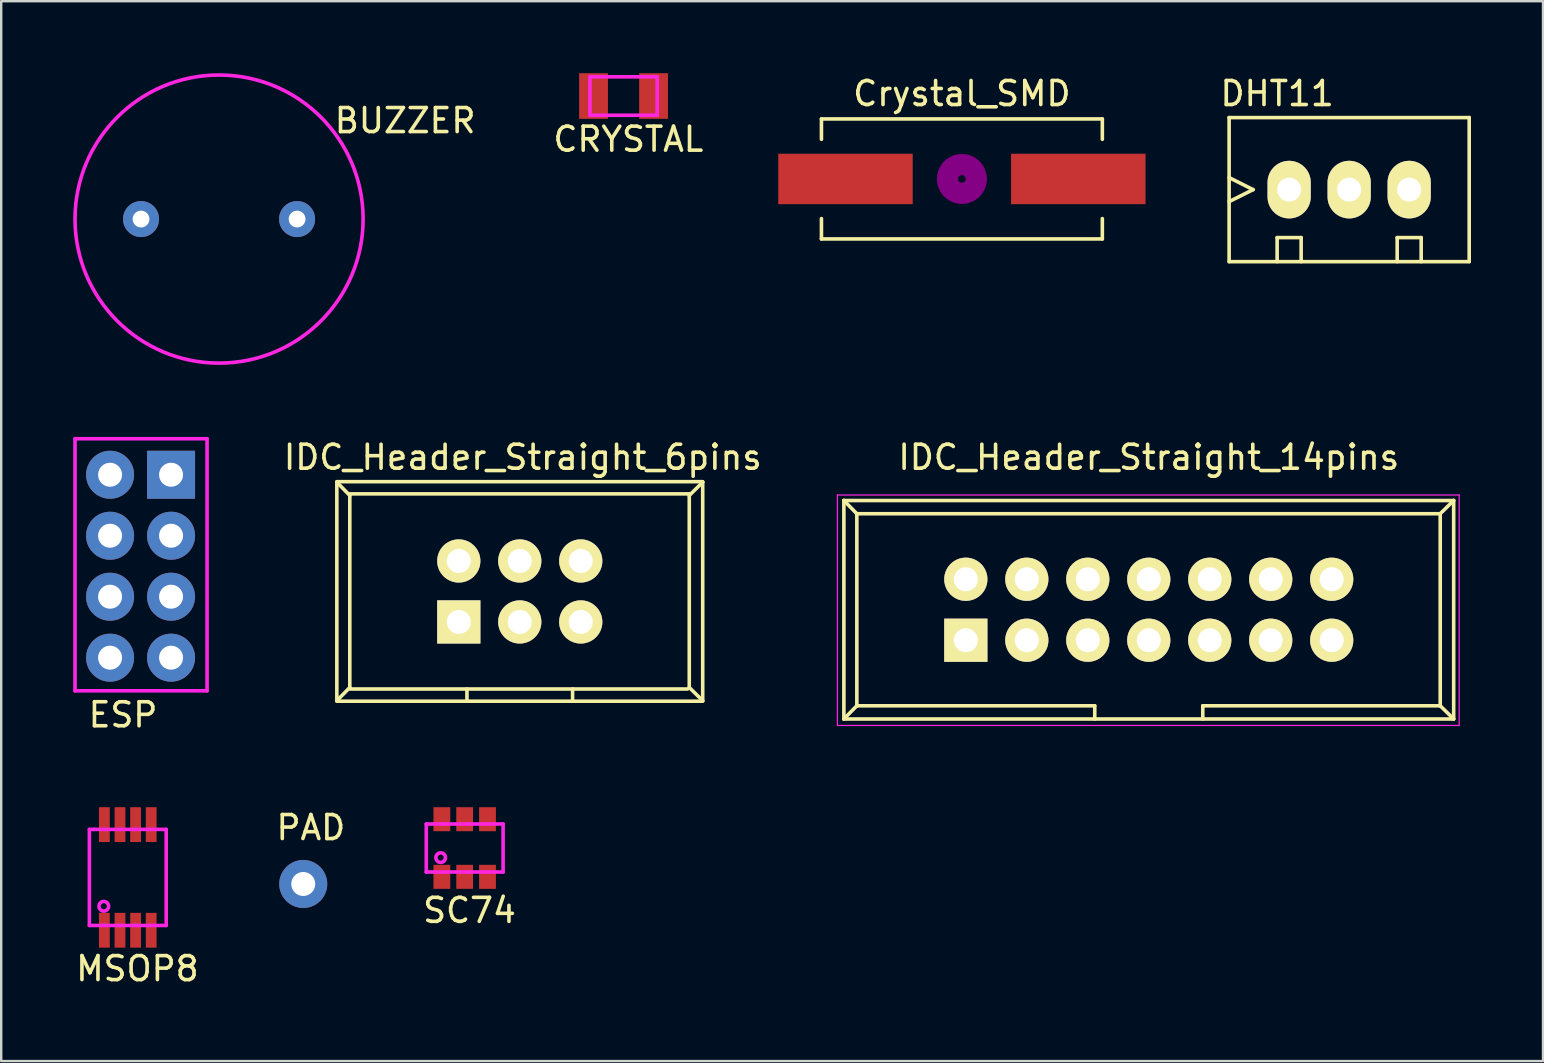
<source format=kicad_pcb>
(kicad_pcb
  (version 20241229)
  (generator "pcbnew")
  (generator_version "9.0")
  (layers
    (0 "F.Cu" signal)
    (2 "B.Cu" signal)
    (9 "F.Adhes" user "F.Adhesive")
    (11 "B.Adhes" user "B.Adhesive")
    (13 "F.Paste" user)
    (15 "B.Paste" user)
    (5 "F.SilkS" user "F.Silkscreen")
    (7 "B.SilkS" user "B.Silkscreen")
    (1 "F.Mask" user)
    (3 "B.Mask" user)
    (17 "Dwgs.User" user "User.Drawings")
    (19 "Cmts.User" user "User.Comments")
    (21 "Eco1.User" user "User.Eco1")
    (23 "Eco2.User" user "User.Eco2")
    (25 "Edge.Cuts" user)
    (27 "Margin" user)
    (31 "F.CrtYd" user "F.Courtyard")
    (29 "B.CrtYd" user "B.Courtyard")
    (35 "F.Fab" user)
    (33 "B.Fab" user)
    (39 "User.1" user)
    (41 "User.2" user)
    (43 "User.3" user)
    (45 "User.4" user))
  (footprint "ESP"
    (layer "F.Cu")
    (at 4.075 16.725)
    (property "Reference" "ESP" (at -2 10 0) (layer "F.SilkS") (effects (font (size 1 1) (thickness 0.15))))
    (attr through_hole)
    (fp_line (start -4 -1.5) (end -4 9) (stroke (width 0.15) (type solid)) (layer "F.CrtYd"))
    (fp_line (start -4 9) (end 1.5 9) (stroke (width 0.15) (type solid)) (layer "F.CrtYd"))
    (fp_line (start 1.5 -1.5) (end -4 -1.5) (stroke (width 0.15) (type solid)) (layer "F.CrtYd"))
    (fp_line (start 1.5 9) (end 1.5 -1.5) (stroke (width 0.15) (type solid)) (layer "F.CrtYd"))
    (pad "1" thru_hole rect (at 0 0) (size 2 2) (drill 1) (layers "*.Cu" "*.Mask"))
    (pad "2" thru_hole circle (at -2.54 0) (size 2 2) (drill 1) (layers "*.Cu" "*.Mask"))
    (pad "3" thru_hole circle (at 0 2.54) (size 2 2) (drill 1) (layers "*.Cu" "*.Mask"))
    (pad "4" thru_hole circle (at -2.54 2.54) (size 2 2) (drill 1) (layers "*.Cu" "*.Mask"))
    (pad "5" thru_hole circle (at 0 5.08) (size 2 2) (drill 1) (layers "*.Cu" "*.Mask"))
    (pad "6" thru_hole circle (at -2.54 5.08) (size 2 2) (drill 1) (layers "*.Cu" "*.Mask"))
    (pad "7" thru_hole circle (at 0 7.62) (size 2 2) (drill 1) (layers "*.Cu" "*.Mask"))
    (pad "8" thru_hole circle (at -2.54 7.62) (size 2 2) (drill 1) (layers "*.Cu" "*.Mask")))
  (footprint "Crystal_SMD"
    (layer "F.Cu")
    (at 37.016 4.404)
    (property "Reference" "Crystal_SMD" (at 0 -3.556 0) (layer "F.SilkS") (effects (font (size 1 1) (thickness 0.15))))
    (attr smd)
    (fp_line (start -5.85 -2.499) (end -5.85 -1.651) (stroke (width 0.15) (type solid)) (layer "F.SilkS"))
    (fp_line (start -5.85 2.499) (end -5.85 1.651) (stroke (width 0.15) (type solid)) (layer "F.SilkS"))
    (fp_line (start -5.85 2.499) (end 5.85 2.499) (stroke (width 0.15) (type solid)) (layer "F.SilkS"))
    (fp_line (start 5.85 -2.499) (end -5.85 -2.499) (stroke (width 0.15) (type solid)) (layer "F.SilkS"))
    (fp_line (start 5.85 -2.499) (end 5.85 -1.651) (stroke (width 0.15) (type solid)) (layer "F.SilkS"))
    (fp_line (start 5.85 2.499) (end 5.85 1.651) (stroke (width 0.15) (type solid)) (layer "F.SilkS"))
    (fp_circle (center 0 0) (end 0.15 0.051) (stroke (width 0.381) (type solid)) (fill no) (layer "F.Adhes"))
    (fp_circle (center 0 0) (end 0.5 0) (stroke (width 0.381) (type solid)) (fill no) (layer "F.Adhes"))
    (fp_circle (center 0 0) (end 0.851 0) (stroke (width 0.381) (type solid)) (fill no) (layer "F.Adhes"))
    (pad "1" smd rect (at -4.849 0) (size 5.601 2.101) (layers "F.Cu" "F.Mask" "F.Paste"))
    (pad "2" smd rect (at 4.849 0) (size 5.601 2.101) (layers "F.Cu" "F.Mask" "F.Paste")))
  (footprint "CRYSTAL"
    (layer "F.Cu")
    (at 22.923 0.95)
    (property "Reference" "CRYSTAL" (at 0.2 1.8 0) (layer "F.SilkS") (effects (font (size 1 1) (thickness 0.15))))
    (attr through_hole)
    (fp_line (start -1.4 -0.8) (end 1.4 -0.8) (stroke (width 0.15) (type solid)) (layer "F.CrtYd"))
    (fp_line (start -1.4 0.8) (end -1.4 -0.8) (stroke (width 0.15) (type solid)) (layer "F.CrtYd"))
    (fp_line (start 1.4 -0.8) (end 1.4 0.8) (stroke (width 0.15) (type solid)) (layer "F.CrtYd"))
    (fp_line (start 1.4 0.8) (end -1.4 0.8) (stroke (width 0.15) (type solid)) (layer "F.CrtYd"))
    (pad "1" smd rect (at -1.25 0) (size 1.2 1.9) (layers "F.Cu" "F.Mask" "F.Paste"))
    (pad "2" smd rect (at 1.25 0) (size 1.2 1.9) (layers "F.Cu" "F.Mask" "F.Paste")))
  (footprint "MSOP8"
    (layer "F.Cu")
    (at 2.273 33.498)
    (property "Reference" "MSOP8" (at 0.4 3.8 0) (layer "F.SilkS") (effects (font (size 1 1) (thickness 0.15))))
    (attr through_hole)
    (fp_line (start -1.6 -2) (end -1.4 -2) (stroke (width 0.15) (type solid)) (layer "F.CrtYd"))
    (fp_line (start -1.6 2) (end -1.6 -2) (stroke (width 0.15) (type solid)) (layer "F.CrtYd"))
    (fp_line (start -1.4 -2) (end 1.6 -2) (stroke (width 0.15) (type solid)) (layer "F.CrtYd"))
    (fp_line (start 1.6 -2) (end 1.6 2) (stroke (width 0.15) (type solid)) (layer "F.CrtYd"))
    (fp_line (start 1.6 2) (end -1.6 2) (stroke (width 0.15) (type solid)) (layer "F.CrtYd"))
    (fp_circle (center -1 1.2) (end -0.8 1.2) (stroke (width 0.15) (type solid)) (fill no) (layer "F.CrtYd"))
    (pad "1" smd rect (at -0.975 2.2) (size 0.45 1.45) (layers "F.Cu" "F.Mask" "F.Paste"))
    (pad "2" smd rect (at -0.325 2.2) (size 0.45 1.45) (layers "F.Cu" "F.Mask" "F.Paste"))
    (pad "3" smd rect (at 0.325 2.2) (size 0.45 1.45) (layers "F.Cu" "F.Mask" "F.Paste"))
    (pad "4" smd rect (at 0.975 2.2) (size 0.45 1.45) (layers "F.Cu" "F.Mask" "F.Paste"))
    (pad "5" smd rect (at 0.975 -2.2) (size 0.45 1.45) (layers "F.Cu" "F.Mask" "F.Paste"))
    (pad "6" smd rect (at 0.325 -2.2) (size 0.45 1.45) (layers "F.Cu" "F.Mask" "F.Paste"))
    (pad "7" smd rect (at -0.325 -2.2) (size 0.45 1.45) (layers "F.Cu" "F.Mask" "F.Paste"))
    (pad "8" smd rect (at -0.975 -2.2) (size 0.45 1.45) (layers "F.Cu" "F.Mask" "F.Paste")))
  (footprint "DHT11"
    (layer "F.Cu")
    (at 50.647 4.848)
    (property "Reference" "DHT11" (at -0.5 -4 0) (layer "F.SilkS") (effects (font (size 1 1) (thickness 0.15))))
    (attr through_hole)
    (fp_line (start -2.5 -3) (end -2.5 3) (stroke (width 0.15) (type solid)) (layer "F.SilkS"))
    (fp_line (start -2.5 -0.5) (end -1.5 0) (stroke (width 0.15) (type solid)) (layer "F.SilkS"))
    (fp_line (start -2.5 3) (end 7.5 3) (stroke (width 0.15) (type solid)) (layer "F.SilkS"))
    (fp_line (start -1.5 0) (end -2.5 0.5) (stroke (width 0.15) (type solid)) (layer "F.SilkS"))
    (fp_line (start -0.5 2) (end 0.5 2) (stroke (width 0.15) (type solid)) (layer "F.SilkS"))
    (fp_line (start -0.5 3) (end -0.5 2) (stroke (width 0.15) (type solid)) (layer "F.SilkS"))
    (fp_line (start 0.5 2) (end 0.5 3) (stroke (width 0.15) (type solid)) (layer "F.SilkS"))
    (fp_line (start 4.5 2) (end 5.5 2) (stroke (width 0.15) (type solid)) (layer "F.SilkS"))
    (fp_line (start 4.5 3) (end 4.5 2) (stroke (width 0.15) (type solid)) (layer "F.SilkS"))
    (fp_line (start 5.5 2) (end 5.5 3) (stroke (width 0.15) (type solid)) (layer "F.SilkS"))
    (fp_line (start 7.5 -3) (end -2.5 -3) (stroke (width 0.15) (type solid)) (layer "F.SilkS"))
    (fp_line (start 7.5 3) (end 7.5 -3) (stroke (width 0.15) (type solid)) (layer "F.SilkS"))
    (pad "1" thru_hole oval (at 0 0) (size 1.8 2.4) (drill 1) (layers "*.Cu" "*.Mask" "F.SilkS"))
    (pad "2" thru_hole oval (at 2.5 0) (size 1.8 2.4) (drill 1) (layers "*.Cu" "*.Mask" "F.SilkS"))
    (pad "3" thru_hole oval (at 5 0) (size 1.8 2.4) (drill 1) (layers "*.Cu" "*.Mask" "F.SilkS")))
  (footprint "IDC_Header_Straight_6pins"
    (layer "F.Cu")
    (at 16.06 22.856)
    (property "Reference" "IDC_Header_Straight_6pins" (at 2.667 -6.858 0) (layer "F.SilkS") (effects (font (size 1 1) (thickness 0.15))))
    (attr through_hole)
    (fp_line (start -5.08 -5.82) (end -5.08 3.28) (stroke (width 0.15) (type solid)) (layer "F.SilkS"))
    (fp_line (start -5.08 -5.82) (end -4.54 -5.27) (stroke (width 0.15) (type solid)) (layer "F.SilkS"))
    (fp_line (start -5.08 3.28) (end -4.54 2.73) (stroke (width 0.15) (type solid)) (layer "F.SilkS"))
    (fp_line (start -5.08 3.302) (end 10.16 3.302) (stroke (width 0.15) (type solid)) (layer "F.SilkS"))
    (fp_line (start -4.572 2.794) (end 9.525 2.794) (stroke (width 0.15) (type solid)) (layer "F.SilkS"))
    (fp_line (start -4.54 -5.27) (end -4.54 2.73) (stroke (width 0.15) (type solid)) (layer "F.SilkS"))
    (fp_line (start 0.34 2.794) (end 0.34 3.245) (stroke (width 0.15) (type solid)) (layer "F.SilkS"))
    (fp_line (start 4.74 2.794) (end 4.74 3.28) (stroke (width 0.15) (type solid)) (layer "F.SilkS"))
    (fp_line (start 9.6 -5.27) (end 9.6 2.73) (stroke (width 0.15) (type solid)) (layer "F.SilkS"))
    (fp_line (start 9.652 -5.334) (end -4.572 -5.334) (stroke (width 0.15) (type solid)) (layer "F.SilkS"))
    (fp_line (start 10.16 -5.842) (end -5.08 -5.842) (stroke (width 0.15) (type solid)) (layer "F.SilkS"))
    (fp_line (start 10.16 -5.82) (end 9.6 -5.27) (stroke (width 0.15) (type solid)) (layer "F.SilkS"))
    (fp_line (start 10.16 -5.82) (end 10.16 3.28) (stroke (width 0.15) (type solid)) (layer "F.SilkS"))
    (fp_line (start 10.16 3.28) (end 9.6 2.73) (stroke (width 0.15) (type solid)) (layer "F.SilkS"))
    (pad "1" thru_hole rect (at 0 0) (size 1.8 1.8) (drill 1) (layers "*.Cu" "*.Mask" "F.SilkS"))
    (pad "2" thru_hole oval (at 0 -2.54) (size 1.8 1.8) (drill 1) (layers "*.Cu" "*.Mask" "F.SilkS"))
    (pad "3" thru_hole oval (at 2.54 0) (size 1.8 1.8) (drill 1) (layers "*.Cu" "*.Mask" "F.SilkS"))
    (pad "4" thru_hole circle (at 2.54 -2.54) (size 1.8 1.8) (drill 1) (layers "*.Cu" "*.Mask" "F.SilkS"))
    (pad "5" thru_hole oval (at 5.08 0) (size 1.8 1.8) (drill 1) (layers "*.Cu" "*.Mask" "F.SilkS"))
    (pad "6" thru_hole circle (at 5.08 -2.54) (size 1.8 1.8) (drill 1) (layers "*.Cu" "*.Mask" "F.SilkS")))
  (footprint "BUZZER"
    (layer "F.Cu")
    (at 6.075 6.075)
    (property "Reference" "BUZZER" (at 7.75 -4.1 0) (layer "F.SilkS") (effects (font (size 1 1) (thickness 0.15))))
    (attr through_hole)
    (fp_circle (center 0 0) (end 0 6) (stroke (width 0.15) (type solid)) (fill no) (layer "F.CrtYd"))
    (pad "1" thru_hole circle (at -3.25 0) (size 1.5 1.5) (drill 0.7) (layers "*.Cu" "*.Mask"))
    (pad "2" thru_hole circle (at 3.25 0) (size 1.5 1.5) (drill 0.7) (layers "*.Cu" "*.Mask")))
  (footprint "PAD"
    (layer "F.Cu")
    (at 9.581 33.771)
    (property "Reference" "PAD" (at 0.318 -2.349 0) (layer "F.SilkS") (effects (font (size 1 1) (thickness 0.15))))
    (attr through_hole)
    (pad "1" thru_hole circle (at 0 0) (size 2 2) (drill 1) (layers "*.Cu" "*.Mask")))
  (footprint "IDC_Header_Straight_14pins"
    (layer "F.Cu")
    (at 37.18 23.618)
    (property "Reference" "IDC_Header_Straight_14pins" (at 7.62 -7.62 0) (layer "F.SilkS") (effects (font (size 1 1) (thickness 0.15))))
    (attr through_hole)
    (fp_line (start -5.08 -5.82) (end -5.08 3.28) (stroke (width 0.15) (type solid)) (layer "F.SilkS"))
    (fp_line (start -5.08 -5.82) (end -4.54 -5.27) (stroke (width 0.15) (type solid)) (layer "F.SilkS"))
    (fp_line (start -5.08 -5.82) (end 20.32 -5.82) (stroke (width 0.15) (type solid)) (layer "F.SilkS"))
    (fp_line (start -5.08 3.28) (end -4.54 2.73) (stroke (width 0.15) (type solid)) (layer "F.SilkS"))
    (fp_line (start -5.08 3.28) (end 20.32 3.28) (stroke (width 0.15) (type solid)) (layer "F.SilkS"))
    (fp_line (start -4.54 -5.27) (end -4.54 2.73) (stroke (width 0.15) (type solid)) (layer "F.SilkS"))
    (fp_line (start -4.54 -5.27) (end 19.76 -5.27) (stroke (width 0.15) (type solid)) (layer "F.SilkS"))
    (fp_line (start -4.54 2.73) (end 5.37 2.73) (stroke (width 0.15) (type solid)) (layer "F.SilkS"))
    (fp_line (start 5.37 2.73) (end 5.37 3.28) (stroke (width 0.15) (type solid)) (layer "F.SilkS"))
    (fp_line (start 9.87 2.73) (end 9.87 3.28) (stroke (width 0.15) (type solid)) (layer "F.SilkS"))
    (fp_line (start 9.87 2.73) (end 19.76 2.73) (stroke (width 0.15) (type solid)) (layer "F.SilkS"))
    (fp_line (start 19.76 -5.27) (end 19.76 2.73) (stroke (width 0.15) (type solid)) (layer "F.SilkS"))
    (fp_line (start 20.32 -5.82) (end 19.76 -5.27) (stroke (width 0.15) (type solid)) (layer "F.SilkS"))
    (fp_line (start 20.32 -5.82) (end 20.32 3.28) (stroke (width 0.15) (type solid)) (layer "F.SilkS"))
    (fp_line (start 20.32 3.28) (end 19.76 2.73) (stroke (width 0.15) (type solid)) (layer "F.SilkS"))
    (fp_line (start -5.35 -6.05) (end 20.55 -6.05) (stroke (width 0.05) (type solid)) (layer "F.CrtYd"))
    (fp_line (start -5.35 3.55) (end -5.35 -6.05) (stroke (width 0.05) (type solid)) (layer "F.CrtYd"))
    (fp_line (start 20.55 -6.05) (end 20.55 3.55) (stroke (width 0.05) (type solid)) (layer "F.CrtYd"))
    (fp_line (start 20.55 3.55) (end -5.35 3.55) (stroke (width 0.05) (type solid)) (layer "F.CrtYd"))
    (pad "1" thru_hole rect (at 0 0) (size 1.8 1.8) (drill 1) (layers "*.Cu" "*.Mask" "F.SilkS"))
    (pad "2" thru_hole oval (at 0 -2.54) (size 1.8 1.8) (drill 1) (layers "*.Cu" "*.Mask" "F.SilkS"))
    (pad "3" thru_hole oval (at 2.54 0) (size 1.8 1.8) (drill 1) (layers "*.Cu" "*.Mask" "F.SilkS"))
    (pad "4" thru_hole circle (at 2.54 -2.54) (size 1.8 1.8) (drill 1) (layers "*.Cu" "*.Mask" "F.SilkS"))
    (pad "5" thru_hole oval (at 5.08 0) (size 1.8 1.8) (drill 1) (layers "*.Cu" "*.Mask" "F.SilkS"))
    (pad "6" thru_hole circle (at 5.08 -2.54) (size 1.8 1.8) (drill 1) (layers "*.Cu" "*.Mask" "F.SilkS"))
    (pad "7" thru_hole circle (at 7.62 0) (size 1.8 1.8) (drill 1) (layers "*.Cu" "*.Mask" "F.SilkS"))
    (pad "8" thru_hole circle (at 7.62 -2.54) (size 1.8 1.8) (drill 1) (layers "*.Cu" "*.Mask" "F.SilkS"))
    (pad "9" thru_hole circle (at 10.16 0) (size 1.8 1.8) (drill 1) (layers "*.Cu" "*.Mask" "F.SilkS"))
    (pad "10" thru_hole circle (at 10.16 -2.54) (size 1.8 1.8) (drill 1) (layers "*.Cu" "*.Mask" "F.SilkS"))
    (pad "11" thru_hole circle (at 12.7 0) (size 1.8 1.8) (drill 1) (layers "*.Cu" "*.Mask" "F.SilkS"))
    (pad "12" thru_hole circle (at 12.7 -2.54) (size 1.8 1.8) (drill 1) (layers "*.Cu" "*.Mask" "F.SilkS"))
    (pad "13" thru_hole circle (at 15.24 0) (size 1.8 1.8) (drill 1) (layers "*.Cu" "*.Mask" "F.SilkS"))
    (pad "14" thru_hole circle (at 15.24 -2.54) (size 1.8 1.8) (drill 1) (layers "*.Cu" "*.Mask" "F.SilkS")))
  (footprint "SC74"
    (layer "F.Cu")
    (at 16.306 32.273)
    (property "Reference" "SC74" (at 0.2 2.6 0) (layer "F.SilkS") (effects (font (size 1 1) (thickness 0.15))))
    (attr through_hole)
    (fp_line (start -1.6 -1) (end 1.6 -1) (stroke (width 0.15) (type solid)) (layer "F.CrtYd"))
    (fp_line (start -1.6 1) (end -1.6 -1) (stroke (width 0.15) (type solid)) (layer "F.CrtYd"))
    (fp_line (start 1.6 -1) (end 1.6 1) (stroke (width 0.15) (type solid)) (layer "F.CrtYd"))
    (fp_line (start 1.6 1) (end -1.6 1) (stroke (width 0.15) (type solid)) (layer "F.CrtYd"))
    (fp_circle (center -1 0.4) (end -1 0.6) (stroke (width 0.15) (type solid)) (fill no) (layer "F.CrtYd"))
    (pad "1" smd rect (at -0.95 1.2) (size 0.7 1) (layers "F.Cu" "F.Mask" "F.Paste"))
    (pad "2" smd rect (at 0 1.2) (size 0.7 1) (layers "F.Cu" "F.Mask" "F.Paste"))
    (pad "3" smd rect (at 0.95 1.2) (size 0.7 1) (layers "F.Cu" "F.Mask" "F.Paste"))
    (pad "4" smd rect (at 0.95 -1.2) (size 0.7 1) (layers "F.Cu" "F.Mask" "F.Paste"))
    (pad "5" smd rect (at 0 -1.2) (size 0.7 1) (layers "F.Cu" "F.Mask" "F.Paste"))
    (pad "6" smd rect (at -0.95 -1.2) (size 0.7 1) (layers "F.Cu" "F.Mask" "F.Paste")))
  (gr_rect
    (start -3 -3)
    (end 61.222 41.147)
    (stroke (width 0.1) (type default))
    (fill no)
    (layer "Edge.Cuts")))
</source>
